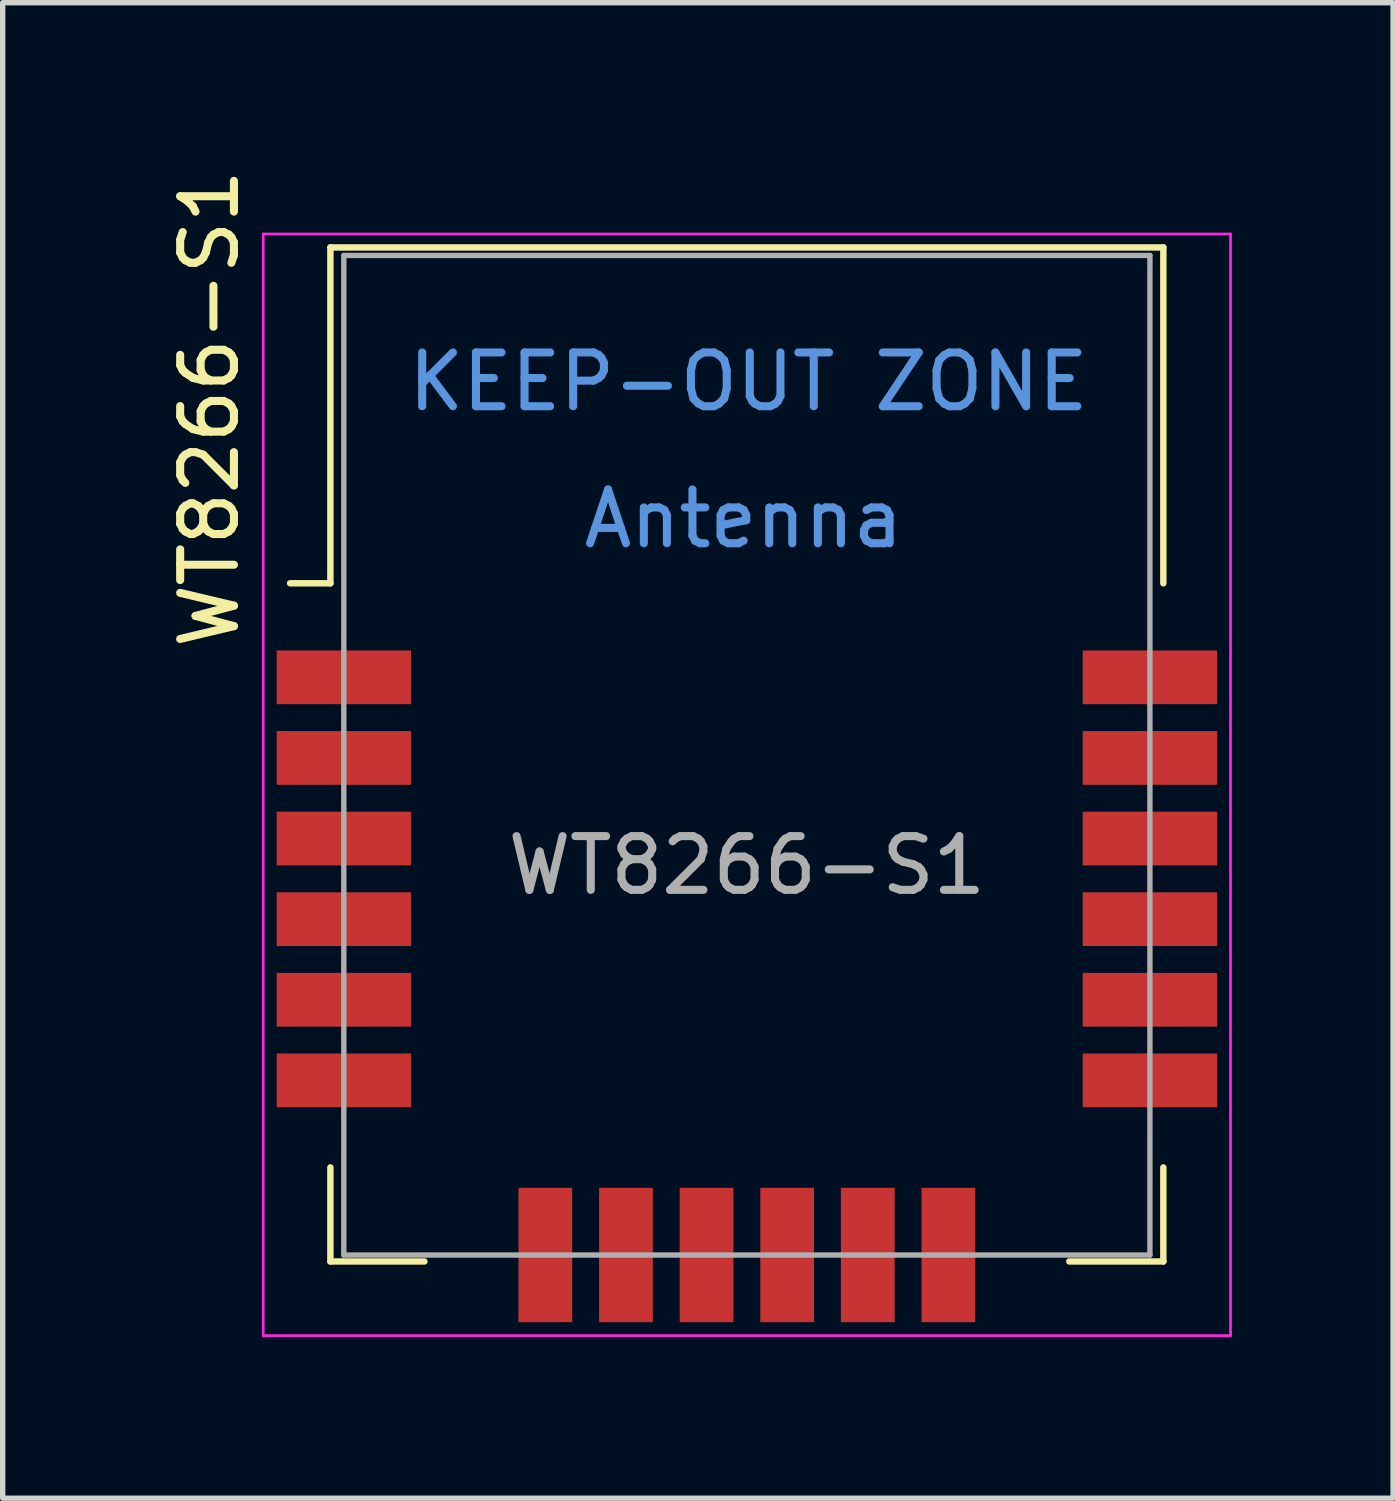
<source format=kicad_pcb>
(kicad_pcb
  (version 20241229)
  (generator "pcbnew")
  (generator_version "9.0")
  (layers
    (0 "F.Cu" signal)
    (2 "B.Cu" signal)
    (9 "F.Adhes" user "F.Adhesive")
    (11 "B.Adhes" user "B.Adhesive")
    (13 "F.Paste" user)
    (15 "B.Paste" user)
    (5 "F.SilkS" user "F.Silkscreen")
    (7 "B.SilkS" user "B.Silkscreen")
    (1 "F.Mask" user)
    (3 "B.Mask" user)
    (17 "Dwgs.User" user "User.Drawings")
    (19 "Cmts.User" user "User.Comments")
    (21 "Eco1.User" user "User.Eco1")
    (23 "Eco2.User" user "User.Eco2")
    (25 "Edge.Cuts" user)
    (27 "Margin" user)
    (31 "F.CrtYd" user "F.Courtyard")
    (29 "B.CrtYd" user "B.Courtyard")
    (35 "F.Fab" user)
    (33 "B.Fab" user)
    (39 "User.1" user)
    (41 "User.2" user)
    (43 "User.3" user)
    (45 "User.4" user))
  (footprint "WT8266-S1"
    (layer "F.Cu")
    (at 10.848 8.804)
    (property "Reference" "WT8266-S1" (at -10 -4.25 90) (unlocked yes) (layer "F.SilkS") (effects (font (size 1 1) (thickness 0.15))))
    (attr smd)
    (fp_line (start -7.75 -7.25) (end 7.75 -7.25) (stroke (width 0.12) (type solid)) (layer "F.SilkS"))
    (fp_line (start -7.75 -1) (end -8.5 -1) (stroke (width 0.12) (type solid)) (layer "F.SilkS"))
    (fp_line (start -7.75 -1) (end -7.75 -7.25) (stroke (width 0.12) (type solid)) (layer "F.SilkS"))
    (fp_line (start -7.75 9.87) (end -7.75 11.62) (stroke (width 0.12) (type solid)) (layer "F.SilkS"))
    (fp_line (start -6 11.62) (end -7.75 11.62) (stroke (width 0.12) (type solid)) (layer "F.SilkS"))
    (fp_line (start 7.75 -7.25) (end 7.75 -1) (stroke (width 0.12) (type solid)) (layer "F.SilkS"))
    (fp_line (start 7.75 9.87) (end 7.75 11.62) (stroke (width 0.12) (type solid)) (layer "F.SilkS"))
    (fp_line (start 7.75 11.62) (end 6 11.62) (stroke (width 0.12) (type solid)) (layer "F.SilkS"))
    (fp_line (start -9 -7.5) (end 9 -7.5) (stroke (width 0.05) (type solid)) (layer "F.CrtYd"))
    (fp_line (start -9 13) (end -9 -7.5) (stroke (width 0.05) (type solid)) (layer "F.CrtYd"))
    (fp_line (start 9 -7.5) (end 9 13) (stroke (width 0.05) (type solid)) (layer "F.CrtYd"))
    (fp_line (start 9 13) (end -9 13) (stroke (width 0.05) (type solid)) (layer "F.CrtYd"))
    (fp_line (start -7.5 -7.1) (end 7.5 -7.1) (stroke (width 0.1) (type solid)) (layer "F.Fab"))
    (fp_line (start -7.5 11.5) (end -7.5 -7.1) (stroke (width 0.1) (type solid)) (layer "F.Fab"))
    (fp_line (start 7.5 -7.1) (end 7.5 11.5) (stroke (width 0.1) (type solid)) (layer "F.Fab"))
    (fp_line (start 7.5 11.5) (end -7.5 11.5) (stroke (width 0.1) (type solid)) (layer "F.Fab"))
    (fp_text user "Antenna" (at -0.06 -2.2 180) (layer "Cmts.User") (effects (font (size 1 1) (thickness 0.15))))
    (fp_text user "KEEP-OUT ZONE" (at 0.03 -4.75 180) (layer "Cmts.User") (effects (font (size 1 1) (thickness 0.15))))
    (fp_text user "${REFERENCE}" (at 0 4.25 0) (unlocked yes) (layer "F.Fab") (effects (font (size 1 1) (thickness 0.15))))
    (pad "1" smd rect (at -7.5 0.75) (size 2.5 1) (layers "F.Cu" "F.Mask" "F.Paste"))
    (pad "2" smd rect (at -7.5 2.25) (size 2.5 1) (layers "F.Cu" "F.Mask" "F.Paste"))
    (pad "3" smd rect (at -7.5 3.75) (size 2.5 1) (layers "F.Cu" "F.Mask" "F.Paste"))
    (pad "4" smd rect (at -7.5 5.25) (size 2.5 1) (layers "F.Cu" "F.Mask" "F.Paste"))
    (pad "5" smd rect (at -7.5 6.75) (size 2.5 1) (layers "F.Cu" "F.Mask" "F.Paste"))
    (pad "6" smd rect (at -7.5 8.25) (size 2.5 1) (layers "F.Cu" "F.Mask" "F.Paste"))
    (pad "7" smd rect (at -3.75 11.5) (size 1 2.5) (layers "F.Cu" "F.Mask" "F.Paste"))
    (pad "8" smd rect (at -2.25 11.5) (size 1 2.5) (layers "F.Cu" "F.Mask" "F.Paste"))
    (pad "9" smd rect (at -0.75 11.5) (size 1 2.5) (layers "F.Cu" "F.Mask" "F.Paste"))
    (pad "10" smd rect (at 0.75 11.5) (size 1 2.5) (layers "F.Cu" "F.Mask" "F.Paste"))
    (pad "11" smd rect (at 2.25 11.5) (size 1 2.5) (layers "F.Cu" "F.Mask" "F.Paste"))
    (pad "12" smd rect (at 3.75 11.5) (size 1 2.5) (layers "F.Cu" "F.Mask" "F.Paste"))
    (pad "13" smd rect (at 7.5 8.25) (size 2.5 1) (layers "F.Cu" "F.Mask" "F.Paste"))
    (pad "14" smd rect (at 7.5 6.75) (size 2.5 1) (layers "F.Cu" "F.Mask" "F.Paste"))
    (pad "15" smd rect (at 7.5 5.25) (size 2.5 1) (layers "F.Cu" "F.Mask" "F.Paste"))
    (pad "16" smd rect (at 7.5 3.75) (size 2.5 1) (layers "F.Cu" "F.Mask" "F.Paste"))
    (pad "17" smd rect (at 7.5 2.25) (size 2.5 1) (layers "F.Cu" "F.Mask" "F.Paste"))
    (pad "18" smd rect (at 7.5 0.75) (size 2.5 1) (layers "F.Cu" "F.Mask" "F.Paste"))
    (zone (net_name "") (layers "F.Cu" "B.Cu") (hatch full 0.508) (connect_pads) (min_thickness 0.254) (filled_areas_thickness no) (keepout (tracks not_allowed) (vias not_allowed) (pads not_allowed) (copperpour not_allowed) (footprints not_allowed)) (placement (enabled no)) (fill) (polygon (pts (xy 3.348 8.304) (xy 18.348 8.304) (xy 18.348 1.704) (xy 3.348 1.704)))))
  (gr_rect
    (start -3 -3)
    (end 22.873 24.829)
    (stroke (width 0.1) (type default))
    (fill no)
    (layer "Edge.Cuts")))
</source>
